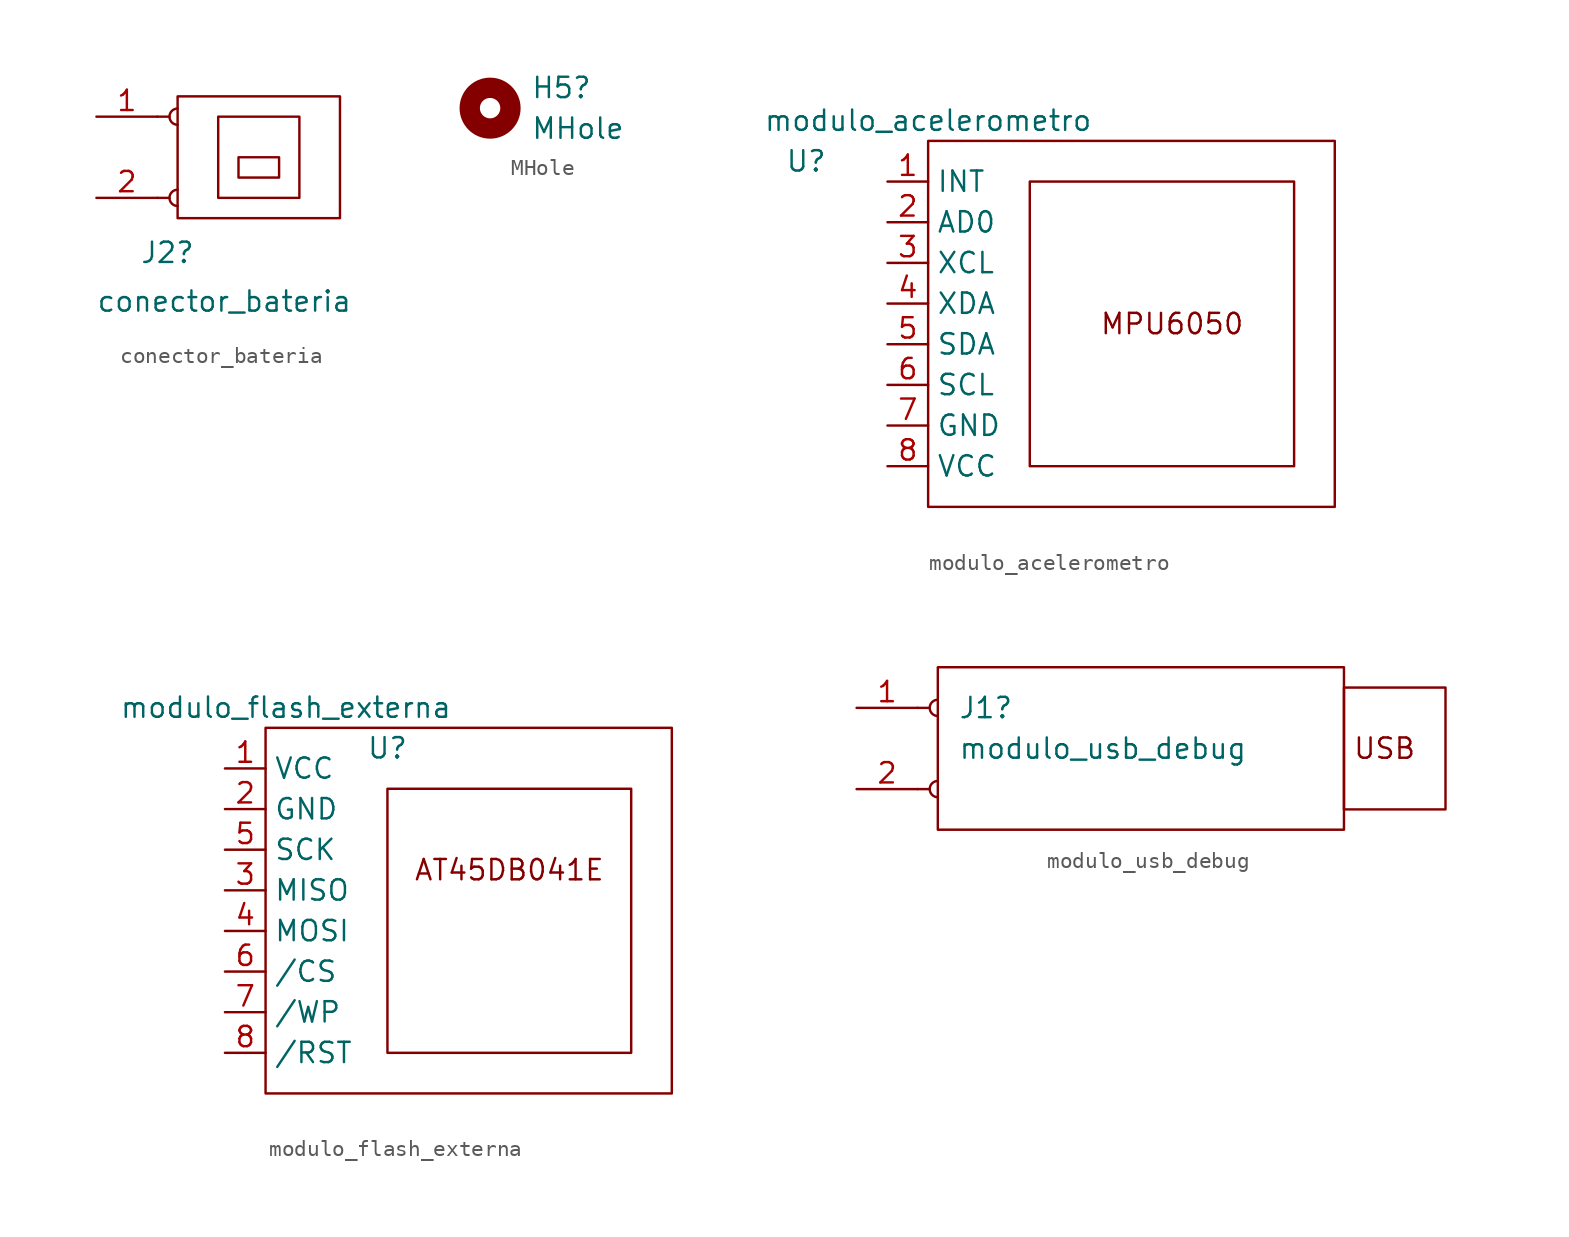
<source format=kicad_sym>
(kicad_symbol_lib
  (version 20211014)
  (generator kicad_symbol_editor)
  (symbol "conector_bateria"
    (pin_names
      (offset 1.016) hide)
    (property "Reference" "J2"
      (at -0.635 -8.509 0)
      (effects (font (size 1.27 1.27))))
    (property "Value" "conector_bateria"
      (at 2.921 -11.557 0)
      (effects (font (size 1.27 1.27))))
    (symbol "conector_bateria_0_1"
      (rectangle (start 0 1.27) (end 10.16 -6.35) (stroke (width 0) (type default) (color 0 0 0 0)) (fill (type none)))
      (rectangle (start 2.54 0) (end 7.62 -5.08) (stroke (width 0) (type default) (color 0 0 0 0)) (fill (type none)))
      (rectangle (start 3.81 -3.81) (end 6.35 -2.54) (stroke (width 0) (type default) (color 0 0 0 0)) (fill (type none))))
    (symbol "conector_bateria_1_1"
      (arc (start 0 -4.572) (mid -0.508 -5.08) (end 0 -5.588) (stroke (width 0.1524) (type default) (color 0 0 0 0)) (fill (type none)))
      (polyline (pts (xy -1.27 -5.08) (xy -0.508 -5.08)) (stroke (width 0.152) (type default) (color 0 0 0 0)) (fill (type none)))
      (polyline (pts (xy -1.27 0) (xy -0.508 0)) (stroke (width 0.152) (type default) (color 0 0 0 0)) (fill (type none)))
      (arc (start 0 0.508) (mid -0.508 0) (end 0 -0.508) (stroke (width 0.1524) (type default) (color 0 0 0 0)) (fill (type none)))
      (pin passive line (at -5.08 0 0) (length 3.81) (name "Pin_1" (effects (font (size 1.27 1.27)))) (number "1" (effects (font (size 1.27 1.27)))))
      (pin passive line (at -5.08 -5.08 0) (length 3.81) (name "Pin_2" (effects (font (size 1.27 1.27)))) (number "2" (effects (font (size 1.27 1.27)))))))
  (symbol "MHole"
    (pin_names
      (offset 1.016))
    (property "Reference" "H5"
      (at 2.54 1.27 0)
      (effects (font (size 1.27 1.27)) (justify left)))
    (property "Value" "MHole"
      (at 2.54 -1.27 0)
      (effects (font (size 1.27 1.27)) (justify left)))
    (symbol "MHole_0_1"
      (circle (center 0 0) (radius 1.27) (stroke (width 1.27) (type default) (color 0 0 0 0)) (fill (type none)))))
  (symbol "modulo_acelerometro"
    (property "Reference" "U"
      (at -7.62 1.27 0)
      (effects (font (size 1.27 1.27))))
    (property "Value" "modulo_acelerometro"
      (at 0 3.81 0)
      (effects (font (size 1.27 1.27))))
    (symbol "modulo_acelerometro_0_0"
      (text "MPU6050" (at 15.24 -8.89 0) (effects (font (size 1.27 1.27)))))
    (symbol "modulo_acelerometro_0_1"
      (rectangle (start 0 2.54) (end 25.4 -20.32) (stroke (width 0) (type default) (color 0 0 0 0)) (fill (type none)))
      (rectangle (start 6.35 0) (end 22.86 -17.78) (stroke (width 0) (type default) (color 0 0 0 0)) (fill (type none))))
    (symbol "modulo_acelerometro_1_1"
      (pin output line (at -2.54 0 0) (length 2.54) (name "INT" (effects (font (size 1.27 1.27)))) (number "1" (effects (font (size 1.27 1.27)))))
      (pin output line (at -2.54 -2.54 0) (length 2.54) (name "AD0" (effects (font (size 1.27 1.27)))) (number "2" (effects (font (size 1.27 1.27)))))
      (pin output line (at -2.54 -5.08 0) (length 2.54) (name "XCL" (effects (font (size 1.27 1.27)))) (number "3" (effects (font (size 1.27 1.27)))))
      (pin output line (at -2.54 -7.62 0) (length 2.54) (name "XDA" (effects (font (size 1.27 1.27)))) (number "4" (effects (font (size 1.27 1.27)))))
      (pin output line (at -2.54 -10.16 0) (length 2.54) (name "SDA" (effects (font (size 1.27 1.27)))) (number "5" (effects (font (size 1.27 1.27)))))
      (pin output line (at -2.54 -12.7 0) (length 2.54) (name "SCL" (effects (font (size 1.27 1.27)))) (number "6" (effects (font (size 1.27 1.27)))))
      (pin power_in line (at -2.54 -15.24 0) (length 2.54) (name "GND" (effects (font (size 1.27 1.27)))) (number "7" (effects (font (size 1.27 1.27)))))
      (pin power_in line (at -2.54 -17.78 0) (length 2.54) (name "VCC" (effects (font (size 1.27 1.27)))) (number "8" (effects (font (size 1.27 1.27)))))))
  (symbol "modulo_flash_externa"
    (property "Reference" "U"
      (at 7.62 -1.27 0)
      (effects (font (size 1.27 1.27))))
    (property "Value" "modulo_flash_externa"
      (at 1.27 1.27 0)
      (effects (font (size 1.27 1.27))))
    (symbol "modulo_flash_externa_0_0"
      (rectangle (start 7.62 -3.81) (end 22.86 -20.32) (stroke (width 0) (type default) (color 0 0 0 0)) (fill (type none)))
      (text "AT45DB041E" (at 15.24 -8.89 0) (effects (font (size 1.27 1.27)))))
    (symbol "modulo_flash_externa_0_1"
      (rectangle (start 0 0) (end 25.4 -22.86) (stroke (width 0) (type default) (color 0 0 0 0)) (fill (type none))))
    (symbol "modulo_flash_externa_1_1"
      (pin power_in line (at -2.54 -2.54 0) (length 2.54) (name "VCC" (effects (font (size 1.27 1.27)))) (number "1" (effects (font (size 1.27 1.27)))))
      (pin power_in line (at -2.54 -5.08 0) (length 2.54) (name "GND" (effects (font (size 1.27 1.27)))) (number "2" (effects (font (size 1.27 1.27)))))
      (pin output line (at -2.54 -10.16 0) (length 2.54) (name "MISO" (effects (font (size 1.27 1.27)))) (number "3" (effects (font (size 1.27 1.27)))))
      (pin input line (at -2.54 -12.7 0) (length 2.54) (name "MOSI" (effects (font (size 1.27 1.27)))) (number "4" (effects (font (size 1.27 1.27)))))
      (pin input line (at -2.54 -7.62 0) (length 2.54) (name "SCK" (effects (font (size 1.27 1.27)))) (number "5" (effects (font (size 1.27 1.27)))))
      (pin input line (at -2.54 -15.24 0) (length 2.54) (name "/CS" (effects (font (size 1.27 1.27)))) (number "6" (effects (font (size 1.27 1.27)))))
      (pin input line (at -2.54 -17.78 0) (length 2.54) (name "/WP" (effects (font (size 1.27 1.27)))) (number "7" (effects (font (size 1.27 1.27)))))
      (pin input line (at -2.54 -20.32 0) (length 2.54) (name "/RST" (effects (font (size 1.27 1.27)))) (number "8" (effects (font (size 1.27 1.27)))))))
  (symbol "modulo_usb_debug"
    (pin_names
      (offset 1.016) hide)
    (property "Reference" "J1"
      (at 1.27 0.0001 0)
      (effects (font (size 1.27 1.27)) (justify left)))
    (property "Value" "modulo_usb_debug"
      (at 1.27 -2.54 0)
      (effects (font (size 1.27 1.27)) (justify left)))
    (symbol "modulo_usb_debug_0_0"
      (text "USB" (at 27.94 -2.54 0) (effects (font (size 1.27 1.27)))))
    (symbol "modulo_usb_debug_0_1"
      (rectangle (start 0 2.54) (end 25.4 -7.62) (stroke (width 0) (type default) (color 0 0 0 0)) (fill (type none)))
      (rectangle (start 25.4 1.27) (end 31.75 -6.35) (stroke (width 0) (type default) (color 0 0 0 0)) (fill (type none))))
    (symbol "modulo_usb_debug_1_1"
      (arc (start 0 -4.572) (mid -0.508 -5.08) (end 0 -5.588) (stroke (width 0.1524) (type default) (color 0 0 0 0)) (fill (type none)))
      (polyline (pts (xy -1.27 -5.08) (xy -0.508 -5.08)) (stroke (width 0.152) (type default) (color 0 0 0 0)) (fill (type none)))
      (polyline (pts (xy -1.27 0) (xy -0.508 0)) (stroke (width 0.152) (type default) (color 0 0 0 0)) (fill (type none)))
      (arc (start 0 0.508) (mid -0.508 0) (end 0 -0.508) (stroke (width 0.1524) (type default) (color 0 0 0 0)) (fill (type none)))
      (pin passive line (at -5.08 0 0) (length 3.81) (name "Pin_1" (effects (font (size 1.27 1.27)))) (number "1" (effects (font (size 1.27 1.27)))))
      (pin passive line (at -5.08 -5.08 0) (length 3.81) (name "Pin_2" (effects (font (size 1.27 1.27)))) (number "2" (effects (font (size 1.27 1.27))))))))
</source>
